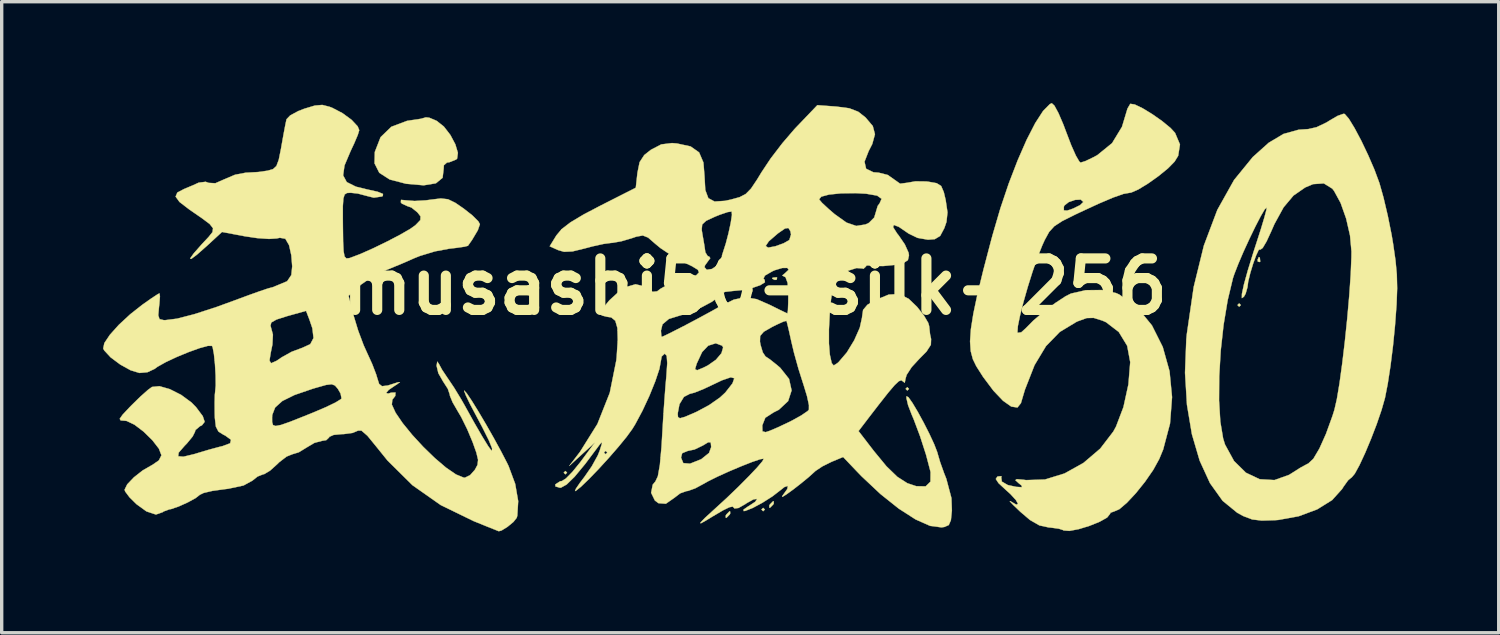
<source format=kicad_pcb>
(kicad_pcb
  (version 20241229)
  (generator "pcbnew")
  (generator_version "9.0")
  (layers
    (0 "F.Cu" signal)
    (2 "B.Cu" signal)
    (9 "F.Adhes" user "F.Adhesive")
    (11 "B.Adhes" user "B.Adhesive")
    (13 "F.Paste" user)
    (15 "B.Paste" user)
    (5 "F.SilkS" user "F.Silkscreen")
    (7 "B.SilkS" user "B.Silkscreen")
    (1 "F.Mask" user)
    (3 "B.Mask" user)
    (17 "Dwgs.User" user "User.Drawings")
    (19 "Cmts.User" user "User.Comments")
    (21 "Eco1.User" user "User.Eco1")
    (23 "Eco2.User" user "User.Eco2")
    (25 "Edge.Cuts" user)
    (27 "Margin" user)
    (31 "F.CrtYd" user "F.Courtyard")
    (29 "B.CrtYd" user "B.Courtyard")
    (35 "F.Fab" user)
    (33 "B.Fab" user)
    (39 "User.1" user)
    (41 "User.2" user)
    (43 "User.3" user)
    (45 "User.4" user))
  (footprint "musashi50-silk-256"
    (layer "F.Cu")
    (at 19.291 5.434)
    (property "Reference" "musashi50-silk-256" (at 0 0 0) (layer "F.SilkS") (effects (font (size 1.524 1.524) (thickness 0.3))))
    (attr through_hole)
    (fp_poly (pts (xy -5.556 5.507) (xy -5.606 5.556) (xy -5.655 5.507) (xy -5.606 5.457) (xy -5.556 5.507)) (stroke (width 0.01) (type solid)) (fill yes) (layer "F.SilkS"))
    (fp_poly (pts (xy 0.298 6.598) (xy 0.248 6.648) (xy 0.198 6.598) (xy 0.248 6.548) (xy 0.298 6.598)) (stroke (width 0.01) (type solid)) (fill yes) (layer "F.SilkS"))
    (fp_poly (pts (xy 4.564 3.026) (xy 4.514 3.076) (xy 4.465 3.026) (xy 4.514 2.977) (xy 4.564 3.026)) (stroke (width 0.01) (type solid)) (fill yes) (layer "F.SilkS"))
    (fp_poly (pts (xy 14.387 0.546) (xy 14.337 0.595) (xy 14.287 0.546) (xy 14.337 0.496) (xy 14.387 0.546)) (stroke (width 0.01) (type solid)) (fill yes) (layer "F.SilkS"))
    (fp_poly (pts (xy 0.661 -0.265) (xy 0.648 -0.206) (xy 0.595 -0.198) (xy 0.514 -0.235) (xy 0.529 -0.265) (xy 0.647 -0.276) (xy 0.661 -0.265)) (stroke (width 0.01) (type solid)) (fill yes) (layer "F.SilkS"))
    (fp_poly (pts (xy 14.949 -0.86) (xy 14.961 -0.742) (xy 14.949 -0.728) (xy 14.89 -0.741) (xy 14.883 -0.794) (xy 14.919 -0.875) (xy 14.949 -0.86)) (stroke (width 0.01) (type solid)) (fill yes) (layer "F.SilkS"))
    (fp_poly (pts (xy -0.726 6.712) (xy -0.744 6.747) (xy -0.838 6.842) (xy -0.855 6.846) (xy -0.862 6.782) (xy -0.843 6.747) (xy -0.75 6.652) (xy -0.732 6.648) (xy -0.726 6.712)) (stroke (width 0.01) (type solid)) (fill yes) (layer "F.SilkS"))
    (fp_poly (pts (xy 0.564 6.414) (xy 0.546 6.449) (xy 0.452 6.544) (xy 0.435 6.548) (xy 0.428 6.484) (xy 0.446 6.449) (xy 0.54 6.354) (xy 0.557 6.35) (xy 0.564 6.414)) (stroke (width 0.01) (type solid)) (fill yes) (layer "F.SilkS"))
    (fp_poly (pts (xy -9.633 -4.999) (xy -9.431 -4.914) (xy -9.412 -4.904) (xy -9.202 -4.737) (xy -9.01 -4.489) (xy -8.863 -4.212) (xy -8.788 -3.961) (xy -8.811 -3.789) (xy -8.84 -3.762) (xy -9.04 -3.682) (xy -9.11 -3.673) (xy -9.203 -3.592) (xy -9.209 -3.488) (xy -9.24 -3.222) (xy -9.438 -3.059) (xy -9.8 -2.999) (xy -10.319 -3.044) (xy -10.806 -3.171) (xy -11.114 -3.369) (xy -11.255 -3.649) (xy -11.247 -3.985) (xy -11.076 -4.424) (xy -10.757 -4.732) (xy -10.294 -4.906) (xy -10.125 -4.932) (xy -9.883 -4.968) (xy -9.746 -5.007) (xy -9.739 -5.011) (xy -9.633 -4.999)) (stroke (width 0.01) (type solid)) (fill yes) (layer "F.SilkS"))
    (fp_poly (pts (xy 17.461 -5.111) (xy 17.583 -4.971) (xy 17.754 -4.691) (xy 17.953 -4.317) (xy 18.155 -3.893) (xy 18.34 -3.466) (xy 18.484 -3.078) (xy 18.488 -3.068) (xy 18.609 -2.639) (xy 18.736 -2.1) (xy 18.849 -1.538) (xy 18.895 -1.263) (xy 18.965 -0.776) (xy 19.004 -0.359) (xy 19.014 0.051) (xy 18.997 0.522) (xy 18.953 1.119) (xy 18.949 1.168) (xy 18.891 1.752) (xy 18.817 2.345) (xy 18.735 2.878) (xy 18.656 3.283) (xy 18.654 3.293) (xy 18.552 3.651) (xy 18.409 4.069) (xy 18.241 4.506) (xy 18.066 4.924) (xy 17.9 5.281) (xy 17.76 5.537) (xy 17.663 5.653) (xy 17.653 5.655) (xy 17.562 5.733) (xy 17.424 5.925) (xy 17.384 5.99) (xy 17.09 6.317) (xy 16.646 6.593) (xy 16.1 6.796) (xy 15.496 6.906) (xy 15.4 6.913) (xy 15.006 6.925) (xy 14.723 6.891) (xy 14.468 6.795) (xy 14.284 6.696) (xy 13.848 6.34) (xy 13.474 5.817) (xy 13.169 5.152) (xy 12.939 4.37) (xy 12.792 3.495) (xy 12.785 3.37) (xy 13.742 3.37) (xy 13.78 3.998) (xy 13.863 4.495) (xy 13.918 4.673) (xy 14.185 5.161) (xy 14.537 5.508) (xy 14.946 5.701) (xy 15.382 5.726) (xy 15.814 5.572) (xy 15.886 5.527) (xy 16.141 5.365) (xy 16.348 5.252) (xy 16.381 5.238) (xy 16.533 5.096) (xy 16.713 4.792) (xy 16.907 4.359) (xy 17.099 3.829) (xy 17.157 3.645) (xy 17.229 3.331) (xy 17.308 2.86) (xy 17.388 2.277) (xy 17.466 1.621) (xy 17.537 0.937) (xy 17.596 0.266) (xy 17.639 -0.35) (xy 17.66 -0.868) (xy 17.662 -1.042) (xy 17.619 -1.514) (xy 17.504 -2.016) (xy 17.34 -2.479) (xy 17.147 -2.832) (xy 17.092 -2.902) (xy 16.843 -3.056) (xy 16.524 -3.034) (xy 16.292 -2.936) (xy 15.945 -2.696) (xy 15.652 -2.347) (xy 15.381 -1.852) (xy 15.289 -1.642) (xy 15.149 -1.339) (xy 15.034 -1.145) (xy 14.966 -1.095) (xy 14.96 -1.106) (xy 14.915 -1.085) (xy 14.84 -0.925) (xy 14.751 -0.68) (xy 14.667 -0.404) (xy 14.605 -0.149) (xy 14.584 0.015) (xy 14.529 0.209) (xy 14.478 0.298) (xy 14.417 0.341) (xy 14.419 0.215) (xy 14.479 -0.066) (xy 14.595 -0.485) (xy 14.762 -1.026) (xy 14.844 -1.279) (xy 14.979 -1.698) (xy 15.082 -2.042) (xy 15.143 -2.27) (xy 15.152 -2.344) (xy 15.092 -2.284) (xy 14.974 -2.082) (xy 14.817 -1.779) (xy 14.641 -1.415) (xy 14.465 -1.032) (xy 14.31 -0.669) (xy 14.193 -0.368) (xy 14.153 -0.248) (xy 13.998 0.399) (xy 13.877 1.126) (xy 13.792 1.892) (xy 13.747 2.654) (xy 13.742 3.37) (xy 12.785 3.37) (xy 12.735 2.551) (xy 12.773 1.563) (xy 12.788 1.408) (xy 12.992 0.01) (xy 13.293 -1.215) (xy 13.691 -2.271) (xy 14.187 -3.157) (xy 14.74 -3.835) (xy 15.21 -4.257) (xy 15.648 -4.519) (xy 16.098 -4.644) (xy 16.382 -4.663) (xy 16.626 -4.718) (xy 16.919 -4.857) (xy 17.009 -4.913) (xy 17.248 -5.053) (xy 17.422 -5.115) (xy 17.461 -5.111)) (stroke (width 0.01) (type solid)) (fill yes) (layer "F.SilkS"))
    (fp_poly (pts (xy 8.869 -5.357) (xy 8.989 -5.136) (xy 9.132 -4.803) (xy 9.221 -4.567) (xy 9.368 -4.183) (xy 9.503 -3.88) (xy 9.606 -3.702) (xy 9.644 -3.671) (xy 9.787 -3.716) (xy 10.026 -3.831) (xy 10.137 -3.891) (xy 10.575 -4.246) (xy 10.869 -4.73) (xy 10.961 -5.034) (xy 11.032 -5.271) (xy 11.113 -5.408) (xy 11.118 -5.411) (xy 11.248 -5.391) (xy 11.482 -5.278) (xy 11.769 -5.103) (xy 12.059 -4.899) (xy 12.304 -4.698) (xy 12.44 -4.551) (xy 12.585 -4.208) (xy 12.532 -3.873) (xy 12.425 -3.699) (xy 12.231 -3.501) (xy 11.951 -3.273) (xy 11.64 -3.052) (xy 11.352 -2.876) (xy 11.141 -2.784) (xy 11.1 -2.778) (xy 10.913 -2.745) (xy 10.611 -2.639) (xy 10.175 -2.454) (xy 9.588 -2.182) (xy 9.464 -2.123) (xy 9.102 -1.942) (xy 8.869 -1.791) (xy 8.713 -1.62) (xy 8.581 -1.379) (xy 8.507 -1.215) (xy 8.369 -0.867) (xy 8.222 -0.443) (xy 8.079 0.013) (xy 7.951 0.462) (xy 7.85 0.861) (xy 7.787 1.169) (xy 7.775 1.345) (xy 7.783 1.367) (xy 7.888 1.352) (xy 8.019 1.234) (xy 8.244 1.006) (xy 8.558 0.739) (xy 8.899 0.482) (xy 9.203 0.283) (xy 9.36 0.205) (xy 9.797 0.105) (xy 10.271 0.101) (xy 10.689 0.189) (xy 10.788 0.233) (xy 11.324 0.619) (xy 11.756 1.148) (xy 12.076 1.787) (xy 12.277 2.505) (xy 12.351 3.271) (xy 12.291 4.053) (xy 12.088 4.821) (xy 11.971 5.104) (xy 11.793 5.426) (xy 11.551 5.776) (xy 11.28 6.113) (xy 11.014 6.398) (xy 10.789 6.589) (xy 10.652 6.648) (xy 10.529 6.693) (xy 10.517 6.724) (xy 10.43 6.834) (xy 10.206 6.96) (xy 9.906 7.081) (xy 9.589 7.178) (xy 9.314 7.23) (xy 9.14 7.217) (xy 9.123 7.205) (xy 8.999 7.165) (xy 8.758 7.132) (xy 8.702 7.128) (xy 8.425 7.068) (xy 8.145 6.907) (xy 7.862 6.666) (xy 7.653 6.466) (xy 7.546 6.353) (xy 7.562 6.349) (xy 7.568 6.353) (xy 7.742 6.453) (xy 7.792 6.432) (xy 7.73 6.318) (xy 7.565 6.138) (xy 7.442 6.027) (xy 7.215 5.817) (xy 7.134 5.693) (xy 7.18 5.625) (xy 7.195 5.619) (xy 7.301 5.609) (xy 7.296 5.65) (xy 7.313 5.771) (xy 7.489 5.873) (xy 7.739 5.927) (xy 7.908 5.937) (xy 7.898 5.889) (xy 7.806 5.814) (xy 7.713 5.728) (xy 7.754 5.699) (xy 7.956 5.717) (xy 8.03 5.727) (xy 8.589 5.709) (xy 9.169 5.53) (xy 9.73 5.217) (xy 10.225 4.795) (xy 10.612 4.29) (xy 10.692 4.144) (xy 10.912 3.566) (xy 11.059 2.895) (xy 11.113 2.234) (xy 11.023 1.751) (xy 10.774 1.342) (xy 10.397 1.053) (xy 10.29 1.006) (xy 10.031 0.925) (xy 9.824 0.93) (xy 9.564 1.024) (xy 9.516 1.046) (xy 9.027 1.342) (xy 8.62 1.76) (xy 8.281 2.323) (xy 7.996 3.05) (xy 7.878 3.448) (xy 7.775 3.578) (xy 7.592 3.55) (xy 7.35 3.38) (xy 7.066 3.082) (xy 6.758 2.672) (xy 6.556 2.355) (xy 6.455 2.147) (xy 6.392 1.91) (xy 6.372 1.621) (xy 6.397 1.258) (xy 6.47 0.798) (xy 6.592 0.219) (xy 6.768 -0.502) (xy 7 -1.386) (xy 7.041 -1.536) (xy 7.268 -2.312) (xy 7.285 -2.363) (xy 9.148 -2.363) (xy 9.149 -2.257) (xy 9.246 -2.251) (xy 9.42 -2.31) (xy 9.628 -2.412) (xy 9.723 -2.503) (xy 9.723 -2.509) (xy 9.649 -2.576) (xy 9.48 -2.567) (xy 9.292 -2.502) (xy 9.164 -2.401) (xy 9.148 -2.363) (xy 7.285 -2.363) (xy 7.518 -3.055) (xy 7.782 -3.74) (xy 8.046 -4.343) (xy 8.3 -4.838) (xy 8.533 -5.199) (xy 8.733 -5.401) (xy 8.791 -5.429) (xy 8.869 -5.357)) (stroke (width 0.01) (type solid)) (fill yes) (layer "F.SilkS"))
    (fp_poly (pts (xy -12.585 -5.323) (xy -12.503 -5.291) (xy -12.203 -5.134) (xy -11.936 -4.938) (xy -11.755 -4.745) (xy -11.708 -4.631) (xy -11.749 -4.495) (xy -11.855 -4.244) (xy -11.967 -4.005) (xy -12.144 -3.586) (xy -12.185 -3.293) (xy -12.077 -3.094) (xy -11.807 -2.959) (xy -11.49 -2.881) (xy -11.159 -2.807) (xy -11.005 -2.744) (xy -11.01 -2.685) (xy -11.034 -2.669) (xy -11.276 -2.633) (xy -11.458 -2.678) (xy -11.749 -2.755) (xy -11.961 -2.778) (xy -12.07 -2.772) (xy -12.139 -2.728) (xy -12.177 -2.611) (xy -12.193 -2.384) (xy -12.193 -2.011) (xy -12.191 -1.783) (xy -12.185 -1.333) (xy -12.171 -1.047) (xy -12.142 -0.893) (xy -12.09 -0.836) (xy -12.006 -0.843) (xy -11.969 -0.854) (xy -11.674 -0.966) (xy -11.294 -1.135) (xy -10.885 -1.334) (xy -10.501 -1.534) (xy -10.198 -1.709) (xy -10.046 -1.817) (xy -9.899 -1.97) (xy -9.894 -2.081) (xy -9.987 -2.2) (xy -10.162 -2.341) (xy -10.279 -2.381) (xy -10.444 -2.456) (xy -10.477 -2.495) (xy -10.47 -2.568) (xy -10.309 -2.553) (xy -10.069 -2.535) (xy -9.737 -2.554) (xy -9.582 -2.575) (xy -9.292 -2.61) (xy -9.08 -2.586) (xy -8.864 -2.481) (xy -8.614 -2.309) (xy -8.358 -2.107) (xy -8.184 -1.934) (xy -8.136 -1.848) (xy -8.198 -1.669) (xy -8.368 -1.383) (xy -8.49 -1.209) (xy -8.593 -1.182) (xy -8.833 -1.147) (xy -9.044 -1.123) (xy -9.466 -1.044) (xy -9.911 -0.909) (xy -10.071 -0.845) (xy -10.448 -0.68) (xy -10.831 -0.522) (xy -10.976 -0.465) (xy -11.325 -0.29) (xy -11.657 -0.059) (xy -11.704 -0.018) (xy -12.023 0.273) (xy -11.868 0.879) (xy -11.739 1.303) (xy -11.577 1.735) (xy -11.476 1.958) (xy -11.325 2.289) (xy -11.207 2.597) (xy -11.172 2.714) (xy -11.12 2.879) (xy -11.034 2.947) (xy -10.863 2.927) (xy -10.567 2.833) (xy -10.504 2.827) (xy -10.601 2.9) (xy -10.641 2.924) (xy -10.836 3.057) (xy -10.912 3.147) (xy -10.853 3.166) (xy -10.765 3.139) (xy -10.635 3.133) (xy -10.641 3.235) (xy -10.728 3.346) (xy -10.743 3.491) (xy -10.632 3.733) (xy -10.422 4.041) (xy -10.14 4.387) (xy -9.814 4.741) (xy -9.471 5.074) (xy -9.139 5.357) (xy -8.845 5.559) (xy -8.615 5.653) (xy -8.579 5.655) (xy -8.426 5.58) (xy -8.285 5.422) (xy -8.207 5.276) (xy -8.19 5.127) (xy -8.241 4.912) (xy -8.351 4.603) (xy -8.511 4.222) (xy -8.689 3.861) (xy -8.8 3.673) (xy -8.944 3.424) (xy -9.024 3.229) (xy -9.029 3.192) (xy -9.086 3.024) (xy -9.225 2.808) (xy -9.227 2.805) (xy -9.366 2.562) (xy -9.418 2.343) (xy -9.398 2.218) (xy -9.353 2.282) (xy -9.257 2.459) (xy -9.099 2.696) (xy -9.076 2.729) (xy -8.899 2.992) (xy -8.692 3.332) (xy -8.584 3.522) (xy -8.303 4.028) (xy -8.068 4.434) (xy -7.895 4.716) (xy -7.796 4.852) (xy -7.782 4.862) (xy -7.776 4.786) (xy -7.869 4.555) (xy -8.064 4.164) (xy -8.26 3.795) (xy -8.433 3.467) (xy -8.553 3.217) (xy -8.603 3.086) (xy -8.6 3.076) (xy -8.526 3.157) (xy -8.379 3.375) (xy -8.182 3.694) (xy -7.957 4.074) (xy -7.726 4.48) (xy -7.511 4.874) (xy -7.333 5.217) (xy -7.289 5.308) (xy -7.092 5.838) (xy -7.003 6.349) (xy -7.029 6.779) (xy -7.047 6.843) (xy -7.143 6.964) (xy -7.32 7.11) (xy -7.497 7.219) (xy -7.577 7.24) (xy -7.668 7.204) (xy -7.898 7.112) (xy -8.223 6.98) (xy -8.32 6.941) (xy -9.297 6.465) (xy -10.134 5.877) (xy -10.872 5.146) (xy -11.205 4.733) (xy -11.465 4.415) (xy -11.641 4.262) (xy -11.743 4.262) (xy -11.904 4.33) (xy -12.168 4.365) (xy -12.224 4.366) (xy -12.465 4.389) (xy -12.594 4.446) (xy -12.601 4.465) (xy -12.684 4.544) (xy -12.808 4.564) (xy -13.033 4.624) (xy -13.268 4.763) (xy -13.496 4.903) (xy -13.687 4.961) (xy -13.857 5.029) (xy -14.076 5.197) (xy -14.139 5.259) (xy -14.347 5.446) (xy -14.519 5.549) (xy -14.554 5.556) (xy -14.718 5.621) (xy -14.87 5.742) (xy -15.133 5.886) (xy -15.588 5.983) (xy -15.712 5.998) (xy -16.055 6.046) (xy -16.312 6.106) (xy -16.426 6.161) (xy -16.552 6.26) (xy -16.787 6.388) (xy -17.054 6.508) (xy -17.276 6.584) (xy -17.331 6.593) (xy -17.501 6.656) (xy -17.522 6.674) (xy -17.725 6.746) (xy -18.006 6.653) (xy -18.302 6.439) (xy -18.511 6.232) (xy -18.637 6.062) (xy -18.653 6.011) (xy -18.576 5.853) (xy -18.38 5.647) (xy -18.12 5.442) (xy -17.852 5.287) (xy -17.835 5.279) (xy -17.639 5.144) (xy -17.562 4.992) (xy -17.638 4.795) (xy -17.832 4.545) (xy -18.09 4.292) (xy -18.361 4.086) (xy -18.592 3.976) (xy -18.645 3.969) (xy -18.77 3.96) (xy -18.797 3.912) (xy -18.714 3.793) (xy -18.507 3.572) (xy -18.451 3.515) (xy -18.192 3.261) (xy -17.966 3.06) (xy -17.842 2.969) (xy -17.622 2.947) (xy -17.316 3.034) (xy -16.981 3.203) (xy -16.674 3.429) (xy -16.538 3.568) (xy -16.339 3.834) (xy -16.283 4.002) (xy -16.364 4.105) (xy -16.421 4.131) (xy -16.554 4.243) (xy -16.572 4.302) (xy -16.64 4.437) (xy -16.805 4.638) (xy -16.876 4.711) (xy -17.053 4.914) (xy -17.067 5.021) (xy -16.913 5.034) (xy -16.587 4.956) (xy -16.496 4.928) (xy -16.154 4.826) (xy -15.846 4.743) (xy -15.751 4.72) (xy -15.529 4.637) (xy -15.504 4.533) (xy -15.676 4.407) (xy -15.726 4.384) (xy -15.875 4.29) (xy -15.951 4.144) (xy -15.982 3.884) (xy -15.982 3.875) (xy -14.287 3.875) (xy -14.286 4.012) (xy -14.26 4.097) (xy -14.182 4.125) (xy -14.022 4.094) (xy -13.751 3.999) (xy -13.34 3.836) (xy -13.06 3.723) (xy -12.697 3.568) (xy -12.412 3.431) (xy -12.252 3.332) (xy -12.232 3.31) (xy -12.26 3.165) (xy -12.339 3.028) (xy -12.424 2.928) (xy -12.522 2.889) (xy -12.688 2.909) (xy -12.975 2.99) (xy -13.084 3.022) (xy -13.621 3.206) (xy -13.984 3.385) (xy -14.197 3.577) (xy -14.283 3.798) (xy -14.287 3.875) (xy -15.982 3.875) (xy -15.986 3.748) (xy -15.988 3.433) (xy -15.982 3.198) (xy -15.974 3.125) (xy -15.956 2.928) (xy -15.959 2.63) (xy -15.978 2.297) (xy -15.989 2.191) (xy -14.365 2.191) (xy -14.315 2.267) (xy -14.155 2.196) (xy -14.002 2.092) (xy -13.709 1.929) (xy -13.391 1.81) (xy -13.157 1.703) (xy -13.061 1.521) (xy -13.095 1.233) (xy -13.181 0.979) (xy -13.282 0.717) (xy -13.838 0.872) (xy -14.156 0.973) (xy -14.311 1.062) (xy -14.335 1.159) (xy -14.327 1.183) (xy -14.263 1.421) (xy -14.278 1.715) (xy -14.328 1.96) (xy -14.365 2.191) (xy -15.989 2.191) (xy -16.009 1.996) (xy -16.047 1.795) (xy -16.067 1.754) (xy -16.188 1.753) (xy -16.436 1.821) (xy -16.76 1.938) (xy -17.109 2.082) (xy -17.433 2.234) (xy -17.681 2.373) (xy -17.766 2.436) (xy -17.979 2.534) (xy -18.215 2.555) (xy -18.474 2.476) (xy -18.781 2.306) (xy -19.066 2.094) (xy -19.257 1.887) (xy -19.286 1.83) (xy -19.252 1.67) (xy -19.088 1.425) (xy -18.823 1.13) (xy -18.486 0.818) (xy -18.132 0.539) (xy -17.873 0.356) (xy -17.686 0.233) (xy -17.621 0.198) (xy -17.607 0.286) (xy -17.623 0.504) (xy -17.634 0.595) (xy -17.657 0.849) (xy -17.619 0.963) (xy -17.492 0.992) (xy -17.448 0.992) (xy -17.1 0.948) (xy -16.59 0.816) (xy -15.933 0.603) (xy -15.379 0.401) (xy -14.987 0.256) (xy -14.655 0.137) (xy -14.435 0.063) (xy -14.387 0.049) (xy -14.24 0.008) (xy -14.213 -0.005) (xy -14.114 -0.046) (xy -13.841 -0.16) (xy -13.718 -0.343) (xy -13.692 -0.599) (xy -13.718 -0.927) (xy -13.782 -1.215) (xy -13.79 -1.236) (xy -13.895 -1.417) (xy -14.057 -1.446) (xy -14.149 -1.427) (xy -14.379 -1.412) (xy -14.725 -1.436) (xy -15.09 -1.49) (xy -15.77 -1.618) (xy -16.217 -1.206) (xy -16.514 -0.944) (xy -16.681 -0.82) (xy -16.714 -0.833) (xy -16.608 -0.982) (xy -16.366 -1.257) (xy -16.166 -1.47) (xy -16.051 -1.614) (xy -16.036 -1.729) (xy -16.134 -1.853) (xy -16.359 -2.022) (xy -16.726 -2.275) (xy -16.743 -2.287) (xy -17.029 -2.507) (xy -17.143 -2.665) (xy -17.092 -2.785) (xy -16.892 -2.89) (xy -16.636 -2.997) (xy -16.461 -3.077) (xy -16.253 -3.103) (xy -16.165 -3.071) (xy -15.967 -3.06) (xy -15.697 -3.179) (xy -15.383 -3.312) (xy -15.063 -3.373) (xy -15.038 -3.373) (xy -14.702 -3.392) (xy -14.418 -3.432) (xy -14.26 -3.478) (xy -14.16 -3.569) (xy -14.09 -3.755) (xy -14.024 -4.081) (xy -14.012 -4.151) (xy -13.948 -4.51) (xy -13.893 -4.801) (xy -13.86 -4.955) (xy -13.752 -5.067) (xy -13.515 -5.195) (xy -13.336 -5.265) (xy -13.023 -5.359) (xy -12.802 -5.378) (xy -12.585 -5.323)) (stroke (width 0.01) (type solid)) (fill yes) (layer "F.SilkS"))
    (fp_poly (pts (xy 2.418 -5.329) (xy 2.797 -5.279) (xy 3.062 -5.177) (xy 3.278 -5.007) (xy 3.493 -4.753) (xy 3.557 -4.511) (xy 3.477 -4.22) (xy 3.37 -4.011) (xy 3.248 -3.698) (xy 3.295 -3.489) (xy 3.51 -3.385) (xy 3.668 -3.373) (xy 3.938 -3.304) (xy 4.112 -3.181) (xy 4.302 -3.047) (xy 4.511 -3.074) (xy 4.755 -3.117) (xy 5.072 -3.113) (xy 5.14 -3.105) (xy 5.383 -3.062) (xy 5.517 -2.978) (xy 5.595 -2.797) (xy 5.65 -2.564) (xy 5.704 -2.199) (xy 5.674 -1.916) (xy 5.611 -1.733) (xy 5.487 -1.5) (xy 5.328 -1.405) (xy 5.128 -1.389) (xy 4.817 -1.443) (xy 4.553 -1.571) (xy 4.274 -1.763) (xy 4.118 -1.826) (xy 4.093 -1.763) (xy 4.212 -1.575) (xy 4.26 -1.515) (xy 4.442 -1.249) (xy 4.551 -1.006) (xy 4.564 -0.926) (xy 4.532 -0.784) (xy 4.403 -0.699) (xy 4.127 -0.641) (xy 4.117 -0.64) (xy 3.798 -0.609) (xy 3.534 -0.614) (xy 3.472 -0.624) (xy 3.314 -0.627) (xy 3.274 -0.58) (xy 3.215 -0.526) (xy 3.186 -0.539) (xy 3.012 -0.55) (xy 2.765 -0.472) (xy 2.525 -0.338) (xy 2.374 -0.185) (xy 2.311 0.029) (xy 2.257 0.382) (xy 2.218 0.815) (xy 2.195 1.268) (xy 2.195 1.683) (xy 2.22 2) (xy 2.225 2.029) (xy 2.277 2.264) (xy 2.336 2.334) (xy 2.441 2.268) (xy 2.486 2.228) (xy 2.724 1.949) (xy 2.944 1.587) (xy 3.108 1.218) (xy 3.175 0.914) (xy 3.175 0.902) (xy 3.206 0.69) (xy 3.334 0.537) (xy 3.568 0.399) (xy 3.964 0.236) (xy 4.275 0.22) (xy 4.555 0.36) (xy 4.801 0.596) (xy 5.004 0.851) (xy 5.134 1.073) (xy 5.161 1.166) (xy 5.188 1.408) (xy 5.219 1.551) (xy 5.212 1.722) (xy 5.082 1.923) (xy 4.87 2.137) (xy 4.644 2.382) (xy 4.496 2.61) (xy 4.463 2.72) (xy 4.439 2.846) (xy 4.386 2.807) (xy 4.338 2.771) (xy 4.263 2.8) (xy 4.141 2.914) (xy 3.953 3.134) (xy 3.682 3.478) (xy 3.396 3.849) (xy 3.071 4.275) (xy 3.52 4.859) (xy 3.898 5.318) (xy 4.219 5.629) (xy 4.516 5.819) (xy 4.78 5.907) (xy 5.058 5.912) (xy 5.2 5.773) (xy 5.203 5.492) (xy 5.196 5.458) (xy 5.07 4.978) (xy 4.893 4.43) (xy 4.703 3.924) (xy 4.645 3.788) (xy 4.538 3.51) (xy 4.489 3.3) (xy 4.491 3.245) (xy 4.548 3.274) (xy 4.666 3.441) (xy 4.824 3.705) (xy 4.998 4.024) (xy 5.168 4.358) (xy 5.31 4.664) (xy 5.402 4.902) (xy 5.418 4.961) (xy 5.488 5.199) (xy 5.604 5.523) (xy 5.669 5.686) (xy 5.821 6.259) (xy 5.834 6.629) (xy 5.805 6.914) (xy 5.742 7.057) (xy 5.611 7.114) (xy 5.526 7.126) (xy 5.189 7.081) (xy 4.76 6.891) (xy 4.262 6.571) (xy 3.72 6.139) (xy 3.156 5.609) (xy 3.025 5.473) (xy 2.615 5.043) (xy 2.271 5.186) (xy 2.001 5.32) (xy 1.797 5.456) (xy 1.782 5.47) (xy 1.594 5.64) (xy 1.366 5.827) (xy 1.136 6.006) (xy 0.941 6.147) (xy 0.82 6.222) (xy 0.808 6.204) (xy 0.819 6.191) (xy 0.962 5.991) (xy 0.979 5.897) (xy 0.877 5.932) (xy 0.769 6.018) (xy 0.524 6.207) (xy 0.226 6.397) (xy -0.063 6.552) (xy -0.279 6.637) (xy -0.328 6.644) (xy -0.335 6.602) (xy -0.198 6.506) (xy -0.165 6.487) (xy 0.012 6.369) (xy 0.067 6.287) (xy 0.064 6.282) (xy -0.042 6.299) (xy -0.237 6.407) (xy -0.283 6.439) (xy -0.482 6.552) (xy -0.601 6.566) (xy -0.612 6.552) (xy -0.653 6.511) (xy -0.751 6.529) (xy -0.938 6.62) (xy -1.244 6.8) (xy -1.457 6.93) (xy -1.601 7.009) (xy -1.607 6.982) (xy -1.472 6.843) (xy -1.191 6.586) (xy -0.836 6.261) (xy -0.489 5.928) (xy -0.178 5.615) (xy 0.07 5.353) (xy 0.226 5.169) (xy 0.265 5.093) (xy 0.159 5.109) (xy -0.077 5.189) (xy -0.397 5.315) (xy -0.753 5.465) (xy -1.096 5.62) (xy -1.379 5.76) (xy -1.5 5.829) (xy -1.762 5.97) (xy -1.977 6.047) (xy -2.021 6.052) (xy -2.207 6.118) (xy -2.381 6.251) (xy -2.632 6.426) (xy -2.851 6.41) (xy -2.957 6.33) (xy -3.068 6.102) (xy -3.021 5.862) (xy -2.942 5.767) (xy -2.869 5.613) (xy -2.809 5.278) (xy -2.79 5.06) (xy -2.183 5.06) (xy -2.116 5.224) (xy -1.917 5.24) (xy -1.586 5.109) (xy -1.583 5.107) (xy -1.354 4.923) (xy -1.29 4.749) (xy -1.303 4.611) (xy -1.379 4.607) (xy -1.534 4.701) (xy -1.784 4.821) (xy -1.981 4.862) (xy -2.149 4.93) (xy -2.183 5.06) (xy -2.79 5.06) (xy -2.762 4.755) (xy -2.746 4.49) (xy -2.714 3.946) (xy -2.702 3.758) (xy -2.282 3.758) (xy -2.282 3.758) (xy -2.272 3.862) (xy -2.215 3.896) (xy -2.069 3.855) (xy -1.793 3.737) (xy -1.712 3.7) (xy -1.354 3.508) (xy -1.033 3.284) (xy -0.872 3.135) (xy -0.66 2.864) (xy -0.606 2.713) (xy -0.709 2.683) (xy -0.97 2.772) (xy -1.188 2.876) (xy -1.513 3.029) (xy -1.782 3.137) (xy -1.928 3.175) (xy -2.097 3.263) (xy -2.229 3.48) (xy -2.282 3.758) (xy -2.702 3.758) (xy -2.677 3.396) (xy -2.641 2.916) (xy -2.617 2.654) (xy -2.603 2.443) (xy -1.768 2.443) (xy -1.705 2.475) (xy -1.519 2.398) (xy -1.387 2.331) (xy -1.15 2.165) (xy -0.987 1.972) (xy -0.937 1.804) (xy -0.963 1.749) (xy -1.155 1.677) (xy -1.378 1.747) (xy -1.557 1.934) (xy -1.57 1.96) (xy -1.719 2.279) (xy -1.768 2.443) (xy -2.603 2.443) (xy -2.591 2.264) (xy -2.607 2.048) (xy -2.665 1.984) (xy -2.756 2.068) (xy -2.778 2.191) (xy -2.823 2.436) (xy -2.945 2.801) (xy -3.119 3.231) (xy -3.324 3.672) (xy -3.538 4.072) (xy -3.626 4.215) (xy -3.793 4.445) (xy -4.037 4.743) (xy -4.326 5.075) (xy -4.628 5.405) (xy -4.912 5.699) (xy -5.144 5.923) (xy -5.293 6.042) (xy -5.321 6.052) (xy -5.295 5.983) (xy -5.173 5.804) (xy -5.044 5.635) (xy -4.825 5.319) (xy -4.647 4.996) (xy -4.613 4.911) (xy -4.465 4.911) (xy -4.415 4.961) (xy -4.366 4.911) (xy -4.415 4.862) (xy -4.465 4.911) (xy -4.613 4.911) (xy -4.594 4.866) (xy -4.526 4.651) (xy -4.529 4.601) (xy -4.607 4.696) (xy -4.619 4.713) (xy -5.021 5.25) (xy -5.334 5.628) (xy -5.569 5.857) (xy -5.736 5.95) (xy -5.766 5.953) (xy -5.9 5.914) (xy -5.904 5.854) (xy -5.759 5.761) (xy -5.711 5.755) (xy -5.591 5.68) (xy -5.398 5.483) (xy -5.173 5.206) (xy -5.156 5.184) (xy -4.733 4.614) (xy -5.113 4.961) (xy -5.493 5.308) (xy -5.174 4.892) (xy -4.658 4.066) (xy -4.292 3.143) (xy -4.098 2.178) (xy -4.089 2.091) (xy -4.059 1.628) (xy 0.153 1.628) (xy 0.169 1.719) (xy 0.237 1.947) (xy 0.319 2.069) (xy 0.323 2.07) (xy 0.449 2.154) (xy 0.658 2.321) (xy 0.754 2.403) (xy 1.014 2.731) (xy 1.09 3.072) (xy 0.987 3.388) (xy 0.71 3.646) (xy 0.56 3.721) (xy 0.311 3.882) (xy 0.222 4.107) (xy 0.227 4.283) (xy 0.321 4.308) (xy 0.444 4.267) (xy 0.683 4.165) (xy 0.995 4.018) (xy 1.113 3.959) (xy 1.377 3.812) (xy 1.561 3.686) (xy 1.602 3.644) (xy 1.603 3.507) (xy 1.546 3.241) (xy 1.443 2.903) (xy 1.438 2.889) (xy 1.295 2.438) (xy 1.16 1.953) (xy 1.085 1.637) (xy 1.015 1.32) (xy 0.961 1.093) (xy 0.938 1.012) (xy 0.846 1.036) (xy 0.639 1.13) (xy 0.512 1.194) (xy 0.265 1.336) (xy 0.159 1.46) (xy 0.153 1.628) (xy -4.059 1.628) (xy -4.056 1.573) (xy -4.064 1.302) (xy -2.778 1.302) (xy -2.766 1.457) (xy -2.751 1.488) (xy -2.656 1.446) (xy -2.433 1.336) (xy -2.131 1.182) (xy -2.13 1.182) (xy -1.719 0.965) (xy -1.285 0.73) (xy -1.03 0.587) (xy -0.62 0.385) (xy -0.283 0.314) (xy 0.057 0.371) (xy 0.454 0.545) (xy 0.727 0.681) (xy 0.915 0.771) (xy 0.967 0.793) (xy 0.981 0.704) (xy 0.99 0.472) (xy 0.992 0.248) (xy 0.972 -0.11) (xy 0.909 -0.281) (xy 0.868 -0.299) (xy 0.814 -0.331) (xy 0.89 -0.393) (xy 1.003 -0.499) (xy 0.964 -0.554) (xy 0.812 -0.552) (xy 0.589 -0.485) (xy 0.526 -0.457) (xy 0.301 -0.328) (xy 0.257 -0.235) (xy 0.291 -0.203) (xy 0.301 -0.129) (xy 0.161 -0.042) (xy -0.081 0.041) (xy -0.38 0.103) (xy -0.652 0.129) (xy -0.879 0.155) (xy -0.99 0.205) (xy -0.992 0.214) (xy -1.076 0.316) (xy -1.289 0.459) (xy -1.577 0.613) (xy -1.883 0.75) (xy -2.153 0.838) (xy -2.183 0.845) (xy -2.543 0.956) (xy -2.732 1.116) (xy -2.778 1.302) (xy -4.064 1.302) (xy -4.067 1.222) (xy -4.128 1.01) (xy -4.248 0.911) (xy -4.371 0.893) (xy -4.529 0.854) (xy -4.564 0.801) (xy -4.49 0.631) (xy -4.305 0.407) (xy -4.065 0.187) (xy -3.823 0.024) (xy -3.773 0.001) (xy -3.529 -0.07) (xy -3.332 -0.023) (xy -3.217 0.046) (xy -3.021 0.153) (xy -2.89 0.139) (xy -2.795 0.066) (xy -2.587 -0.052) (xy -2.299 -0.143) (xy -2.262 -0.151) (xy -1.971 -0.229) (xy -1.744 -0.331) (xy -1.726 -0.343) (xy -1.651 -0.421) (xy -1.685 -0.499) (xy -1.855 -0.603) (xy -2.093 -0.718) (xy -2.454 -0.915) (xy -2.793 -1.142) (xy -2.947 -1.269) (xy -3.156 -1.451) (xy -3.313 -1.514) (xy -3.507 -1.479) (xy -3.641 -1.433) (xy -3.947 -1.343) (xy -4.215 -1.296) (xy -4.251 -1.294) (xy -4.475 -1.264) (xy -4.802 -1.192) (xy -5.032 -1.131) (xy -5.396 -1.042) (xy -5.646 -1.031) (xy -5.825 -1.083) (xy -6.07 -1.194) (xy -5.873 -1.515) (xy -5.73 -1.686) (xy -1.572 -1.686) (xy -1.543 -1.512) (xy -1.495 -1.236) (xy -1.466 -1.037) (xy -1.464 -1.017) (xy -1.391 -0.901) (xy -1.353 -0.893) (xy -1.317 -0.842) (xy -1.369 -0.774) (xy -1.474 -0.628) (xy -1.488 -0.575) (xy -1.421 -0.499) (xy -1.267 -0.523) (xy -1.103 -0.634) (xy -1.079 -0.66) (xy -0.983 -0.794) (xy -0.974 -0.834) (xy -0.972 -0.918) (xy -0.949 -0.992) (xy -0.881 -1.203) (xy 0.322 -1.203) (xy 0.396 -1.155) (xy 0.607 -1.194) (xy 0.856 -1.284) (xy 1.019 -1.377) (xy 1.023 -1.381) (xy 1.073 -1.543) (xy 1.054 -1.642) (xy 0.995 -1.736) (xy 0.895 -1.721) (xy 0.701 -1.587) (xy 0.674 -1.566) (xy 0.415 -1.342) (xy 0.322 -1.203) (xy -0.881 -1.203) (xy -0.861 -1.263) (xy -0.778 -1.581) (xy -0.712 -1.886) (xy -0.676 -2.12) (xy -0.684 -2.223) (xy -0.802 -2.207) (xy -1.036 -2.128) (xy -1.179 -2.07) (xy -1.439 -1.949) (xy -1.556 -1.841) (xy -1.572 -1.686) (xy -5.73 -1.686) (xy -5.718 -1.7) (xy -5.459 -1.9) (xy -5.069 -2.134) (xy -4.599 -2.381) (xy -3.522 -2.927) (xy -3.473 -3.37) (xy -3.409 -3.684) (xy -3.272 -3.894) (xy -3.076 -4.049) (xy -2.768 -4.21) (xy -2.45 -4.249) (xy -2.303 -4.237) (xy -1.9 -4.15) (xy -1.648 -3.973) (xy -1.52 -3.673) (xy -1.488 -3.271) (xy -1.465 -2.86) (xy -1.375 -2.618) (xy -1.19 -2.519) (xy -0.882 -2.539) (xy -0.703 -2.578) (xy -0.677 -2.585) (xy 1.904 -2.585) (xy 1.905 -2.582) (xy 1.992 -2.479) (xy 2.187 -2.298) (xy 2.366 -2.144) (xy 2.717 -1.894) (xy 3.005 -1.796) (xy 3.277 -1.84) (xy 3.38 -1.889) (xy 3.535 -2.044) (xy 3.572 -2.166) (xy 3.638 -2.388) (xy 3.695 -2.465) (xy 3.754 -2.599) (xy 3.622 -2.694) (xy 3.298 -2.75) (xy 2.991 -2.767) (xy 2.55 -2.761) (xy 2.198 -2.725) (xy 1.97 -2.664) (xy 1.904 -2.585) (xy -0.677 -2.585) (xy -0.449 -2.648) (xy -0.268 -2.742) (xy -0.111 -2.902) (xy 0.068 -3.169) (xy 0.196 -3.38) (xy 0.469 -3.791) (xy 0.819 -4.248) (xy 1.175 -4.663) (xy 1.227 -4.718) (xy 1.852 -5.371) (xy 2.418 -5.329)) (stroke (width 0.01) (type solid)) (fill yes) (layer "F.SilkS")))
  (gr_rect
    (start -3 -3)
    (end 41.311 15.68)
    (stroke (width 0.1) (type default))
    (fill no)
    (layer "Edge.Cuts")))
</source>
